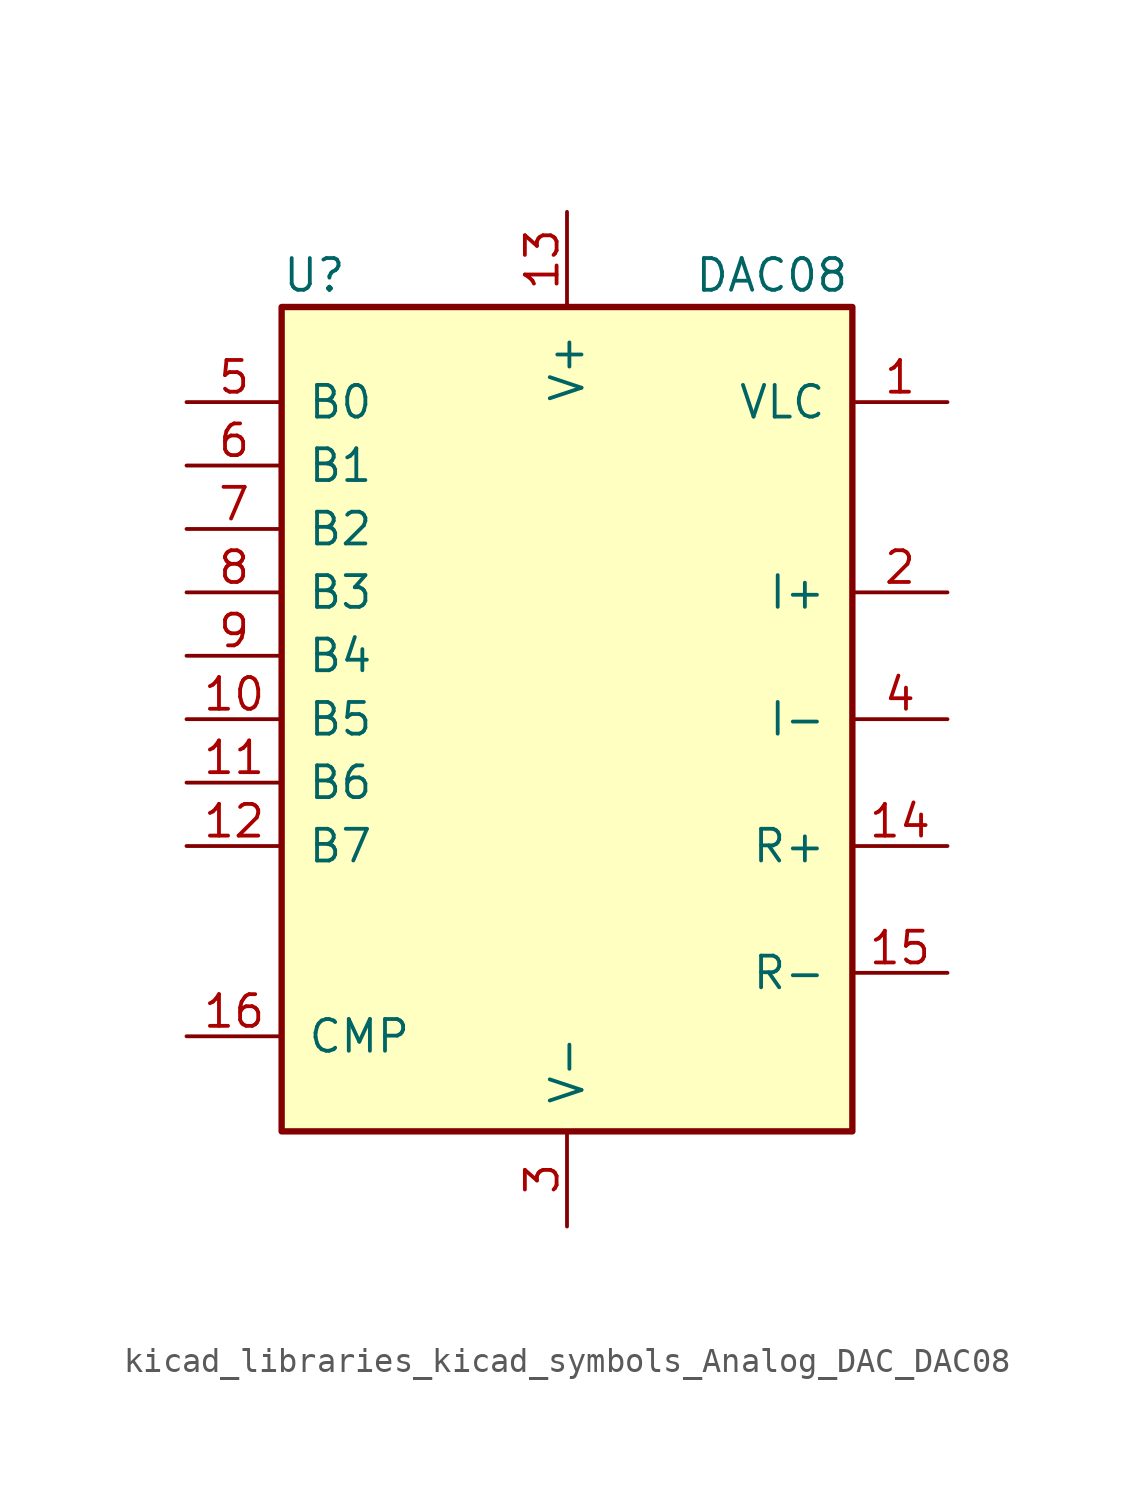
<source format=kicad_sym>
(kicad_symbol_lib
  (version 20220914)
  (generator kicad_symbol_editor)
  (symbol "kicad_libraries_kicad_symbols_Analog_DAC_DAC08"
    (pin_names
      (offset 1.016))
    (property "Reference" "U"
      (at -11.43 17.78 0)
      (effects (font (size 1.27 1.27)) (justify left)))
    (property "Value" "DAC08"
      (at 5.08 17.78 0)
      (effects (font (size 1.27 1.27)) (justify left)))
    (symbol "kicad_libraries_kicad_symbols_Analog_DAC_DAC08_0_1"
      (rectangle (start -11.43 -16.51) (end 11.43 16.51) (stroke (width 0.254) (type default)) (fill (type background))))
    (symbol "kicad_libraries_kicad_symbols_Analog_DAC_DAC08_1_1"
      (pin input line (at 15.24 12.7 180) (length 3.81) (name "VLC" (effects (font (size 1.27 1.27)))) (number "1" (effects (font (size 1.27 1.27)))))
      (pin input line (at -15.24 0 0) (length 3.81) (name "B5" (effects (font (size 1.27 1.27)))) (number "10" (effects (font (size 1.27 1.27)))))
      (pin input line (at -15.24 -2.54 0) (length 3.81) (name "B6" (effects (font (size 1.27 1.27)))) (number "11" (effects (font (size 1.27 1.27)))))
      (pin input line (at -15.24 -5.08 0) (length 3.81) (name "B7" (effects (font (size 1.27 1.27)))) (number "12" (effects (font (size 1.27 1.27)))))
      (pin power_in line (at 0 20.32 270) (length 3.81) (name "V+" (effects (font (size 1.27 1.27)))) (number "13" (effects (font (size 1.27 1.27)))))
      (pin input line (at 15.24 -5.08 180) (length 3.81) (name "R+" (effects (font (size 1.27 1.27)))) (number "14" (effects (font (size 1.27 1.27)))))
      (pin input line (at 15.24 -10.16 180) (length 3.81) (name "R-" (effects (font (size 1.27 1.27)))) (number "15" (effects (font (size 1.27 1.27)))))
      (pin input line (at -15.24 -12.7 0) (length 3.81) (name "CMP" (effects (font (size 1.27 1.27)))) (number "16" (effects (font (size 1.27 1.27)))))
      (pin output line (at 15.24 5.08 180) (length 3.81) (name "I+" (effects (font (size 1.27 1.27)))) (number "2" (effects (font (size 1.27 1.27)))))
      (pin power_in line (at 0 -20.32 90) (length 3.81) (name "V-" (effects (font (size 1.27 1.27)))) (number "3" (effects (font (size 1.27 1.27)))))
      (pin output line (at 15.24 0 180) (length 3.81) (name "I-" (effects (font (size 1.27 1.27)))) (number "4" (effects (font (size 1.27 1.27)))))
      (pin input line (at -15.24 12.7 0) (length 3.81) (name "B0" (effects (font (size 1.27 1.27)))) (number "5" (effects (font (size 1.27 1.27)))))
      (pin input line (at -15.24 10.16 0) (length 3.81) (name "B1" (effects (font (size 1.27 1.27)))) (number "6" (effects (font (size 1.27 1.27)))))
      (pin input line (at -15.24 7.62 0) (length 3.81) (name "B2" (effects (font (size 1.27 1.27)))) (number "7" (effects (font (size 1.27 1.27)))))
      (pin input line (at -15.24 5.08 0) (length 3.81) (name "B3" (effects (font (size 1.27 1.27)))) (number "8" (effects (font (size 1.27 1.27)))))
      (pin input line (at -15.24 2.54 0) (length 3.81) (name "B4" (effects (font (size 1.27 1.27)))) (number "9" (effects (font (size 1.27 1.27))))))))
</source>
